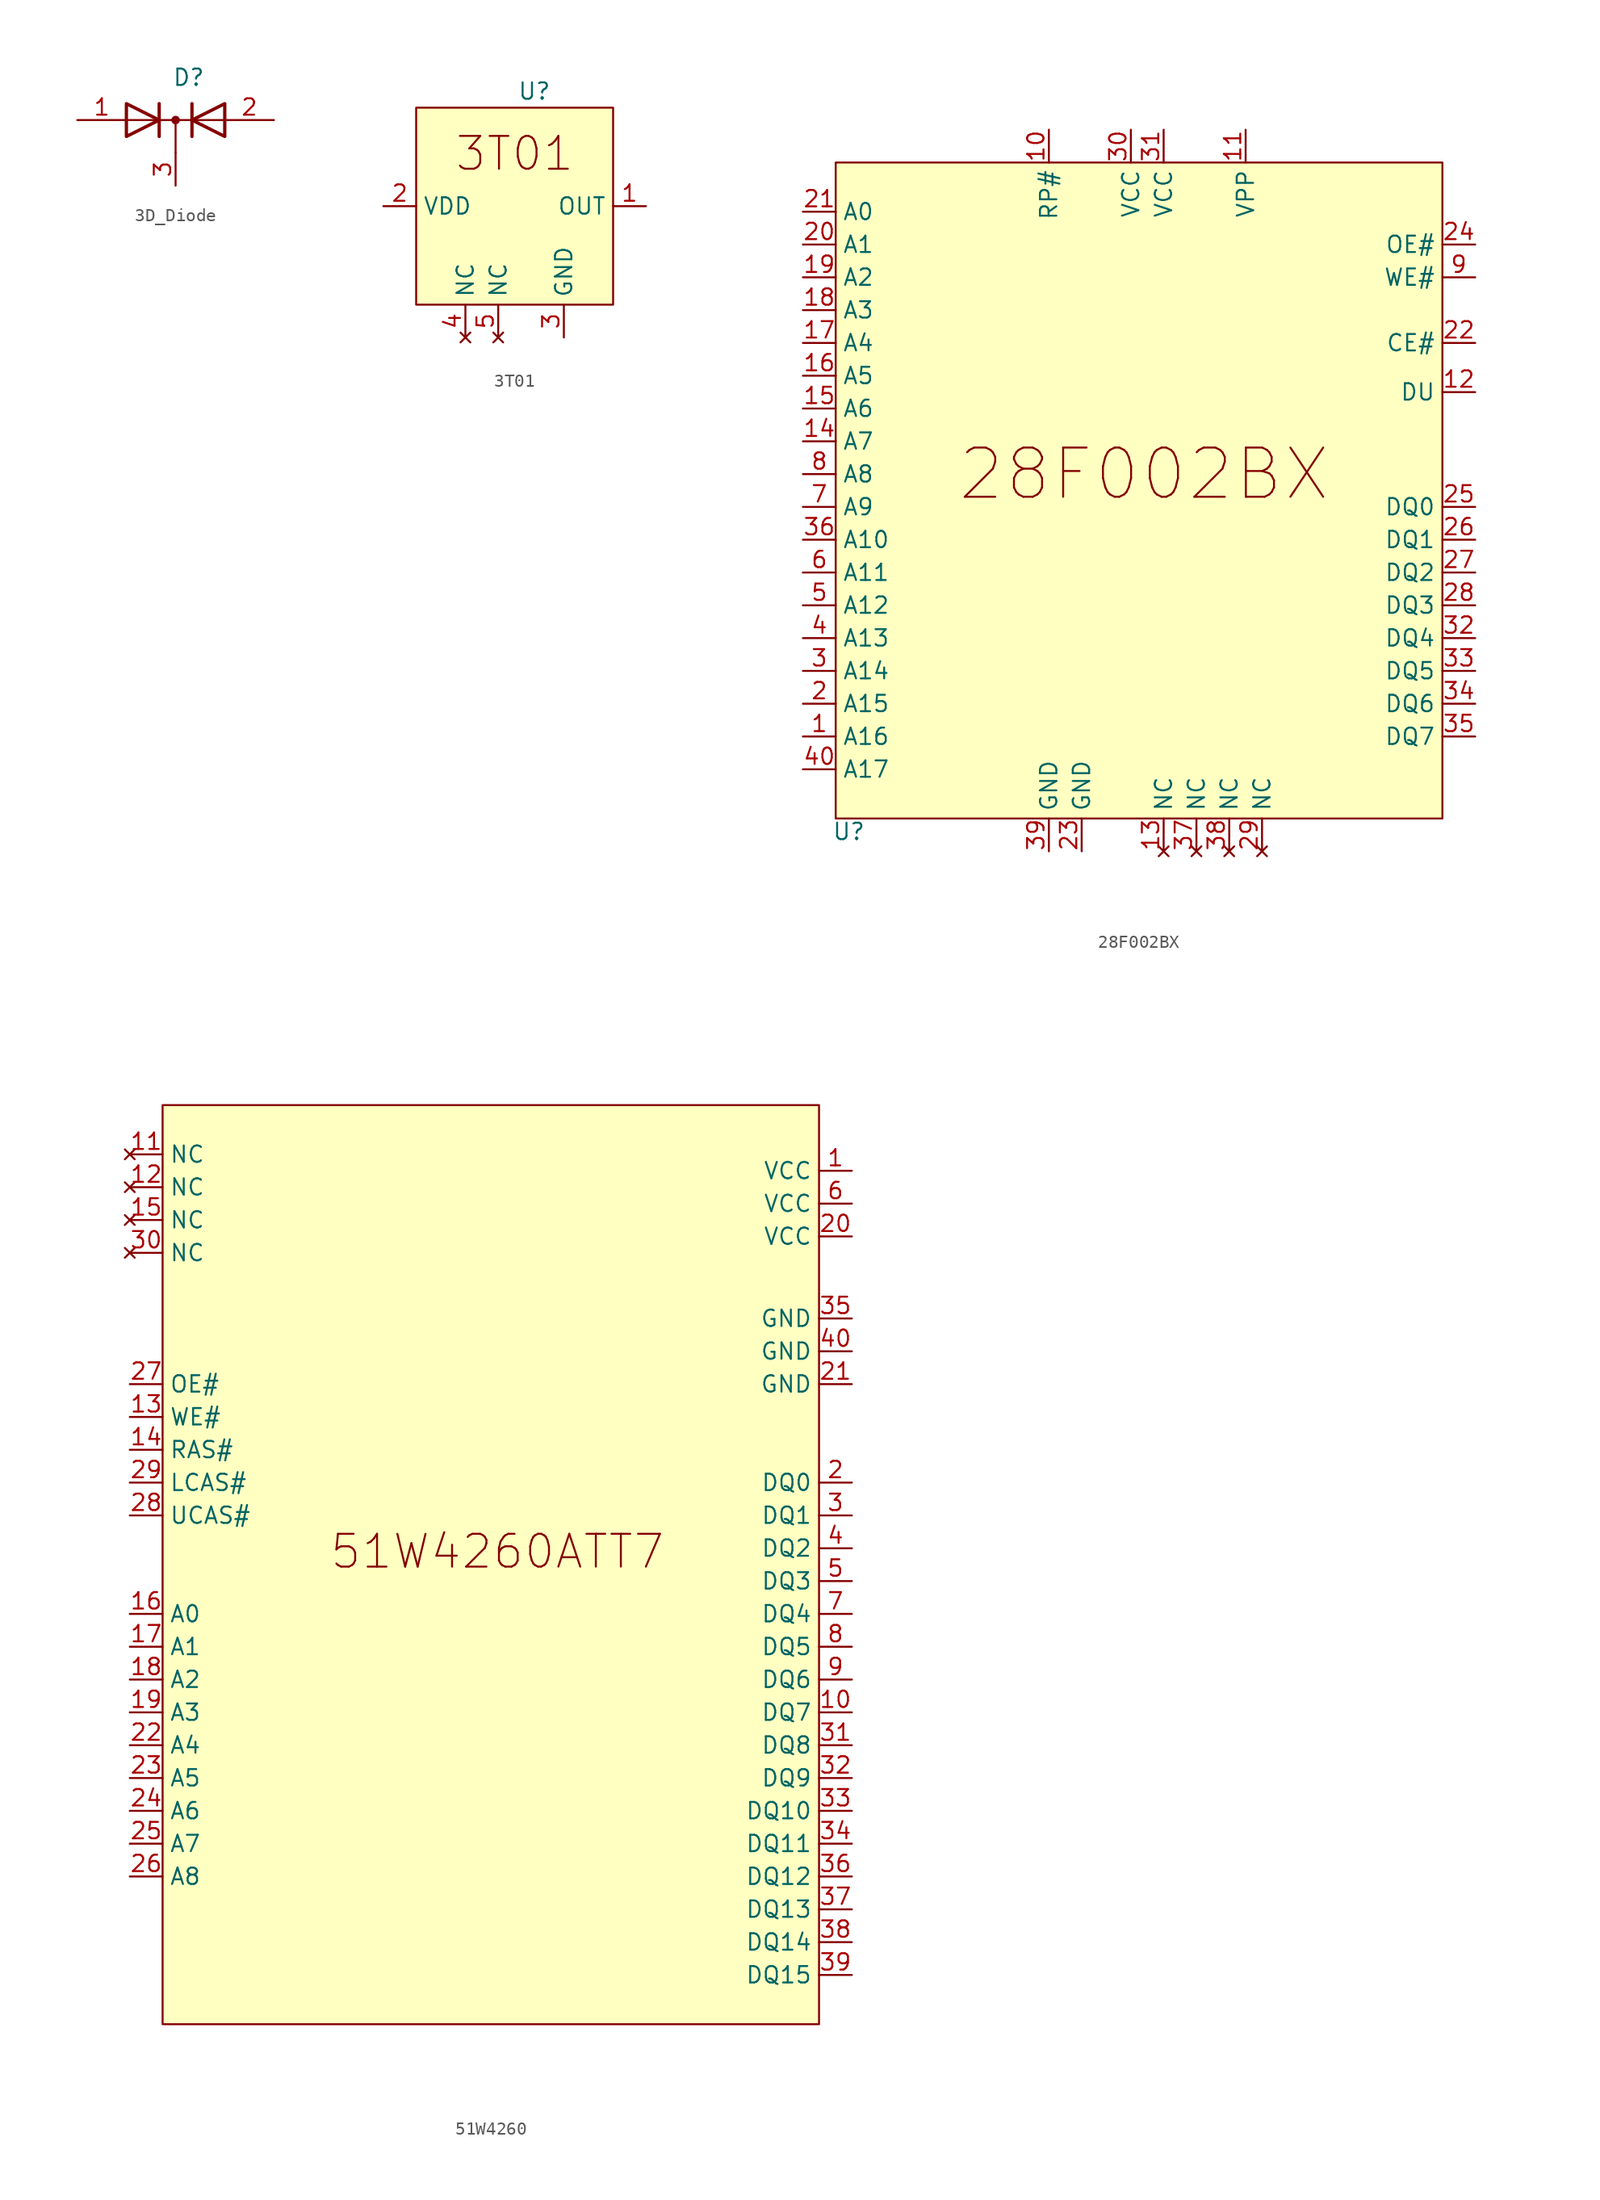
<source format=kicad_sym>
(kicad_symbol_lib
  (version 20241209)
  (generator "kicad_symbol_editor")
  (generator_version "9.0")
  (symbol "3D_Diode"
    (property "Reference" "D"
      (at 1.016 3.302 0)
      (effects (font (size 1.27 1.27))))
    (property "Value" ""
      (at 0 0 0)
      (effects (font (size 1.27 1.27))))
    (symbol "3D_Diode_0_1"
      (polyline (pts (xy -3.81 1.27) (xy -1.27 0) (xy -3.81 -1.27) (xy -3.81 1.27) (xy -3.81 1.27) (xy -3.81 1.27)) (stroke (width 0.254) (type default)) (fill (type none)))
      (polyline (pts (xy -1.27 -1.27) (xy -1.27 1.27) (xy -1.27 1.27)) (stroke (width 0.254) (type default)) (fill (type none)))
      (polyline (pts (xy 0 0) (xy 0 -2.54)) (stroke (width 0) (type default)) (fill (type none)))
      (circle (center 0 0) (radius 0.254) (stroke (width 0) (type default)) (fill (type outline)))
      (polyline (pts (xy 1.27 -1.27) (xy 1.27 1.27) (xy 1.27 1.27)) (stroke (width 0.254) (type default)) (fill (type none)))
      (polyline (pts (xy 3.81 0) (xy -3.81 0)) (stroke (width 0) (type default)) (fill (type none)))
      (polyline (pts (xy 3.81 -1.27) (xy 1.27 0) (xy 3.81 1.27) (xy 3.81 -1.27) (xy 3.81 -1.27) (xy 3.81 -1.27)) (stroke (width 0.254) (type default)) (fill (type none))))
    (symbol "3D_Diode_1_1"
      (pin passive line (at -7.62 0 0) (length 3.81) (name "" (effects (font (size 1.27 1.27)))) (number "1" (effects (font (size 1.27 1.27)))))
      (pin passive line (at 0 -5.08 90) (length 2.54) (name "" (effects (font (size 1.27 1.27)))) (number "3" (effects (font (size 1.27 1.27)))))
      (pin passive line (at 7.62 0 180) (length 3.81) (name "" (effects (font (size 1.27 1.27)))) (number "2" (effects (font (size 1.27 1.27)))))))
  (symbol "3T01"
    (property "Reference" "U"
      (at 1.524 8.89 0)
      (effects (font (size 1.27 1.27))))
    (property "Value" ""
      (at 0 0 0)
      (effects (font (size 1.27 1.27))))
    (symbol "3T01_1_1"
      (rectangle (start -7.62 7.62) (end 7.62 -7.62) (stroke (width 0) (type solid)) (fill (type color) (color 255 255 194 1)))
      (text "3T01" (at 0 4.064 0) (effects (font (size 2.54 2.54))))
      (pin power_in line (at -10.16 0 0) (length 2.54) (name "VDD" (effects (font (size 1.27 1.27)))) (number "2" (effects (font (size 1.27 1.27)))))
      (pin no_connect line (at -3.81 -10.16 90) (length 2.54) (name "NC" (effects (font (size 1.27 1.27)))) (number "4" (effects (font (size 1.27 1.27)))))
      (pin no_connect line (at -1.27 -10.16 90) (length 2.54) (name "NC" (effects (font (size 1.27 1.27)))) (number "5" (effects (font (size 1.27 1.27)))))
      (pin power_in line (at 3.81 -10.16 90) (length 2.54) (name "GND" (effects (font (size 1.27 1.27)))) (number "3" (effects (font (size 1.27 1.27)))))
      (pin output line (at 10.16 0 180) (length 2.54) (name "OUT" (effects (font (size 1.27 1.27)))) (number "1" (effects (font (size 1.27 1.27)))))))
  (symbol "28F002BX"
    (property "Reference" "U"
      (at -23.114 -27.686 0)
      (effects (font (size 1.27 1.27))))
    (property "Value" ""
      (at 0 0 0)
      (effects (font (size 1.27 1.27))))
    (symbol "28F002BX_1_1"
      (rectangle (start -24.13 24.13) (end 22.86 -26.67) (stroke (width 0) (type solid)) (fill (type color) (color 255 255 194 1)))
      (text "28F002BX" (at -0.254 0 0) (effects (font (size 3.81 3.81))))
      (pin input line (at -26.67 20.32 0) (length 2.54) (name "A0" (effects (font (size 1.27 1.27)))) (number "21" (effects (font (size 1.27 1.27)))))
      (pin input line (at -26.67 17.78 0) (length 2.54) (name "A1" (effects (font (size 1.27 1.27)))) (number "20" (effects (font (size 1.27 1.27)))))
      (pin input line (at -26.67 15.24 0) (length 2.54) (name "A2" (effects (font (size 1.27 1.27)))) (number "19" (effects (font (size 1.27 1.27)))))
      (pin input line (at -26.67 12.7 0) (length 2.54) (name "A3" (effects (font (size 1.27 1.27)))) (number "18" (effects (font (size 1.27 1.27)))))
      (pin input line (at -26.67 10.16 0) (length 2.54) (name "A4" (effects (font (size 1.27 1.27)))) (number "17" (effects (font (size 1.27 1.27)))))
      (pin input line (at -26.67 7.62 0) (length 2.54) (name "A5" (effects (font (size 1.27 1.27)))) (number "16" (effects (font (size 1.27 1.27)))))
      (pin input line (at -26.67 5.08 0) (length 2.54) (name "A6" (effects (font (size 1.27 1.27)))) (number "15" (effects (font (size 1.27 1.27)))))
      (pin input line (at -26.67 2.54 0) (length 2.54) (name "A7" (effects (font (size 1.27 1.27)))) (number "14" (effects (font (size 1.27 1.27)))))
      (pin input line (at -26.67 0 0) (length 2.54) (name "A8" (effects (font (size 1.27 1.27)))) (number "8" (effects (font (size 1.27 1.27)))))
      (pin input line (at -26.67 -2.54 0) (length 2.54) (name "A9" (effects (font (size 1.27 1.27)))) (number "7" (effects (font (size 1.27 1.27)))))
      (pin input line (at -26.67 -5.08 0) (length 2.54) (name "A10" (effects (font (size 1.27 1.27)))) (number "36" (effects (font (size 1.27 1.27)))))
      (pin input line (at -26.67 -7.62 0) (length 2.54) (name "A11" (effects (font (size 1.27 1.27)))) (number "6" (effects (font (size 1.27 1.27)))))
      (pin input line (at -26.67 -10.16 0) (length 2.54) (name "A12" (effects (font (size 1.27 1.27)))) (number "5" (effects (font (size 1.27 1.27)))))
      (pin input line (at -26.67 -12.7 0) (length 2.54) (name "A13" (effects (font (size 1.27 1.27)))) (number "4" (effects (font (size 1.27 1.27)))))
      (pin input line (at -26.67 -15.24 0) (length 2.54) (name "A14" (effects (font (size 1.27 1.27)))) (number "3" (effects (font (size 1.27 1.27)))))
      (pin input line (at -26.67 -17.78 0) (length 2.54) (name "A15" (effects (font (size 1.27 1.27)))) (number "2" (effects (font (size 1.27 1.27)))))
      (pin input line (at -26.67 -20.32 0) (length 2.54) (name "A16" (effects (font (size 1.27 1.27)))) (number "1" (effects (font (size 1.27 1.27)))))
      (pin input line (at -26.67 -22.86 0) (length 2.54) (name "A17" (effects (font (size 1.27 1.27)))) (number "40" (effects (font (size 1.27 1.27)))))
      (pin input line (at -7.62 26.67 270) (length 2.54) (name "RP#" (effects (font (size 1.27 1.27)))) (number "10" (effects (font (size 1.27 1.27)))))
      (pin power_in line (at -7.62 -29.21 90) (length 2.54) (name "GND" (effects (font (size 1.27 1.27)))) (number "39" (effects (font (size 1.27 1.27)))))
      (pin power_in line (at -5.08 -29.21 90) (length 2.54) (name "GND" (effects (font (size 1.27 1.27)))) (number "23" (effects (font (size 1.27 1.27)))))
      (pin power_in line (at -1.27 26.67 270) (length 2.54) (name "VCC" (effects (font (size 1.27 1.27)))) (number "30" (effects (font (size 1.27 1.27)))))
      (pin power_in line (at 1.27 26.67 270) (length 2.54) (name "VCC" (effects (font (size 1.27 1.27)))) (number "31" (effects (font (size 1.27 1.27)))))
      (pin no_connect line (at 1.27 -29.21 90) (length 2.54) (name "NC" (effects (font (size 1.27 1.27)))) (number "13" (effects (font (size 1.27 1.27)))))
      (pin no_connect line (at 3.81 -29.21 90) (length 2.54) (name "NC" (effects (font (size 1.27 1.27)))) (number "37" (effects (font (size 1.27 1.27)))))
      (pin no_connect line (at 6.35 -29.21 90) (length 2.54) (name "NC" (effects (font (size 1.27 1.27)))) (number "38" (effects (font (size 1.27 1.27)))))
      (pin power_in line (at 7.62 26.67 270) (length 2.54) (name "VPP" (effects (font (size 1.27 1.27)))) (number "11" (effects (font (size 1.27 1.27)))))
      (pin no_connect line (at 8.89 -29.21 90) (length 2.54) (name "NC" (effects (font (size 1.27 1.27)))) (number "29" (effects (font (size 1.27 1.27)))))
      (pin input line (at 25.4 17.78 180) (length 2.54) (name "OE#" (effects (font (size 1.27 1.27)))) (number "24" (effects (font (size 1.27 1.27)))))
      (pin input line (at 25.4 15.24 180) (length 2.54) (name "WE#" (effects (font (size 1.27 1.27)))) (number "9" (effects (font (size 1.27 1.27)))))
      (pin input line (at 25.4 10.16 180) (length 2.54) (name "CE#" (effects (font (size 1.27 1.27)))) (number "22" (effects (font (size 1.27 1.27)))))
      (pin input line (at 25.4 6.35 180) (length 2.54) (name "DU" (effects (font (size 1.27 1.27)))) (number "12" (effects (font (size 1.27 1.27)))))
      (pin bidirectional line (at 25.4 -2.54 180) (length 2.54) (name "DQ0" (effects (font (size 1.27 1.27)))) (number "25" (effects (font (size 1.27 1.27)))))
      (pin bidirectional line (at 25.4 -5.08 180) (length 2.54) (name "DQ1" (effects (font (size 1.27 1.27)))) (number "26" (effects (font (size 1.27 1.27)))))
      (pin bidirectional line (at 25.4 -7.62 180) (length 2.54) (name "DQ2" (effects (font (size 1.27 1.27)))) (number "27" (effects (font (size 1.27 1.27)))))
      (pin bidirectional line (at 25.4 -10.16 180) (length 2.54) (name "DQ3" (effects (font (size 1.27 1.27)))) (number "28" (effects (font (size 1.27 1.27)))))
      (pin bidirectional line (at 25.4 -12.7 180) (length 2.54) (name "DQ4" (effects (font (size 1.27 1.27)))) (number "32" (effects (font (size 1.27 1.27)))))
      (pin bidirectional line (at 25.4 -15.24 180) (length 2.54) (name "DQ5" (effects (font (size 1.27 1.27)))) (number "33" (effects (font (size 1.27 1.27)))))
      (pin bidirectional line (at 25.4 -17.78 180) (length 2.54) (name "DQ6" (effects (font (size 1.27 1.27)))) (number "34" (effects (font (size 1.27 1.27)))))
      (pin bidirectional line (at 25.4 -20.32 180) (length 2.54) (name "DQ7" (effects (font (size 1.27 1.27)))) (number "35" (effects (font (size 1.27 1.27)))))))
  (symbol "51W4260"
    (property "Reference" "U"
      (at 9.906 35.814 0)
      (effects (font (size 1.27 1.27)) (hide yes)))
    (property "Value" ""
      (at 0 0 0)
      (effects (font (size 1.27 1.27))))
    (symbol "51W4260_1_1"
      (rectangle (start -25.4 34.29) (end 25.4 -36.83) (stroke (width 0) (type solid)) (fill (type color) (color 255 255 194 1)))
      (text "51W4260ATT7" (at 0.508 -0.254 0) (effects (font (size 2.54 2.54))))
      (pin no_connect line (at -27.94 30.48 0) (length 2.54) (name "NC" (effects (font (size 1.27 1.27)))) (number "11" (effects (font (size 1.27 1.27)))))
      (pin no_connect line (at -27.94 27.94 0) (length 2.54) (name "NC" (effects (font (size 1.27 1.27)))) (number "12" (effects (font (size 1.27 1.27)))))
      (pin no_connect line (at -27.94 25.4 0) (length 2.54) (name "NC" (effects (font (size 1.27 1.27)))) (number "15" (effects (font (size 1.27 1.27)))))
      (pin no_connect line (at -27.94 22.86 0) (length 2.54) (name "NC" (effects (font (size 1.27 1.27)))) (number "30" (effects (font (size 1.27 1.27)))))
      (pin power_in line (at -27.94 12.7 0) (length 2.54) (name "OE#" (effects (font (size 1.27 1.27)))) (number "27" (effects (font (size 1.27 1.27)))))
      (pin input line (at -27.94 10.16 0) (length 2.54) (name "WE#" (effects (font (size 1.27 1.27)))) (number "13" (effects (font (size 1.27 1.27)))))
      (pin input line (at -27.94 7.62 0) (length 2.54) (name "RAS#" (effects (font (size 1.27 1.27)))) (number "14" (effects (font (size 1.27 1.27)))))
      (pin input line (at -27.94 5.08 0) (length 2.54) (name "LCAS#" (effects (font (size 1.27 1.27)))) (number "29" (effects (font (size 1.27 1.27)))))
      (pin input line (at -27.94 2.54 0) (length 2.54) (name "UCAS#" (effects (font (size 1.27 1.27)))) (number "28" (effects (font (size 1.27 1.27)))))
      (pin input line (at -27.94 -5.08 0) (length 2.54) (name "A0" (effects (font (size 1.27 1.27)))) (number "16" (effects (font (size 1.27 1.27)))))
      (pin input line (at -27.94 -7.62 0) (length 2.54) (name "A1" (effects (font (size 1.27 1.27)))) (number "17" (effects (font (size 1.27 1.27)))))
      (pin input line (at -27.94 -10.16 0) (length 2.54) (name "A2" (effects (font (size 1.27 1.27)))) (number "18" (effects (font (size 1.27 1.27)))))
      (pin input line (at -27.94 -12.7 0) (length 2.54) (name "A3" (effects (font (size 1.27 1.27)))) (number "19" (effects (font (size 1.27 1.27)))))
      (pin input line (at -27.94 -15.24 0) (length 2.54) (name "A4" (effects (font (size 1.27 1.27)))) (number "22" (effects (font (size 1.27 1.27)))))
      (pin input line (at -27.94 -17.78 0) (length 2.54) (name "A5" (effects (font (size 1.27 1.27)))) (number "23" (effects (font (size 1.27 1.27)))))
      (pin input line (at -27.94 -20.32 0) (length 2.54) (name "A6" (effects (font (size 1.27 1.27)))) (number "24" (effects (font (size 1.27 1.27)))))
      (pin input line (at -27.94 -22.86 0) (length 2.54) (name "A7" (effects (font (size 1.27 1.27)))) (number "25" (effects (font (size 1.27 1.27)))))
      (pin input line (at -27.94 -25.4 0) (length 2.54) (name "A8" (effects (font (size 1.27 1.27)))) (number "26" (effects (font (size 1.27 1.27)))))
      (pin power_in line (at 27.94 29.21 180) (length 2.54) (name "VCC" (effects (font (size 1.27 1.27)))) (number "1" (effects (font (size 1.27 1.27)))))
      (pin power_in line (at 27.94 26.67 180) (length 2.54) (name "VCC" (effects (font (size 1.27 1.27)))) (number "6" (effects (font (size 1.27 1.27)))))
      (pin power_in line (at 27.94 24.13 180) (length 2.54) (name "VCC" (effects (font (size 1.27 1.27)))) (number "20" (effects (font (size 1.27 1.27)))))
      (pin power_in line (at 27.94 17.78 180) (length 2.54) (name "GND" (effects (font (size 1.27 1.27)))) (number "35" (effects (font (size 1.27 1.27)))))
      (pin power_in line (at 27.94 15.24 180) (length 2.54) (name "GND" (effects (font (size 1.27 1.27)))) (number "40" (effects (font (size 1.27 1.27)))))
      (pin power_in line (at 27.94 12.7 180) (length 2.54) (name "GND" (effects (font (size 1.27 1.27)))) (number "21" (effects (font (size 1.27 1.27)))))
      (pin bidirectional line (at 27.94 5.08 180) (length 2.54) (name "DQ0" (effects (font (size 1.27 1.27)))) (number "2" (effects (font (size 1.27 1.27)))))
      (pin bidirectional line (at 27.94 2.54 180) (length 2.54) (name "DQ1" (effects (font (size 1.27 1.27)))) (number "3" (effects (font (size 1.27 1.27)))))
      (pin bidirectional line (at 27.94 0 180) (length 2.54) (name "DQ2" (effects (font (size 1.27 1.27)))) (number "4" (effects (font (size 1.27 1.27)))))
      (pin bidirectional line (at 27.94 -2.54 180) (length 2.54) (name "DQ3" (effects (font (size 1.27 1.27)))) (number "5" (effects (font (size 1.27 1.27)))))
      (pin bidirectional line (at 27.94 -5.08 180) (length 2.54) (name "DQ4" (effects (font (size 1.27 1.27)))) (number "7" (effects (font (size 1.27 1.27)))))
      (pin bidirectional line (at 27.94 -7.62 180) (length 2.54) (name "DQ5" (effects (font (size 1.27 1.27)))) (number "8" (effects (font (size 1.27 1.27)))))
      (pin bidirectional line (at 27.94 -10.16 180) (length 2.54) (name "DQ6" (effects (font (size 1.27 1.27)))) (number "9" (effects (font (size 1.27 1.27)))))
      (pin bidirectional line (at 27.94 -12.7 180) (length 2.54) (name "DQ7" (effects (font (size 1.27 1.27)))) (number "10" (effects (font (size 1.27 1.27)))))
      (pin bidirectional line (at 27.94 -15.24 180) (length 2.54) (name "DQ8" (effects (font (size 1.27 1.27)))) (number "31" (effects (font (size 1.27 1.27)))))
      (pin bidirectional line (at 27.94 -17.78 180) (length 2.54) (name "DQ9" (effects (font (size 1.27 1.27)))) (number "32" (effects (font (size 1.27 1.27)))))
      (pin bidirectional line (at 27.94 -20.32 180) (length 2.54) (name "DQ10" (effects (font (size 1.27 1.27)))) (number "33" (effects (font (size 1.27 1.27)))))
      (pin bidirectional line (at 27.94 -22.86 180) (length 2.54) (name "DQ11" (effects (font (size 1.27 1.27)))) (number "34" (effects (font (size 1.27 1.27)))))
      (pin bidirectional line (at 27.94 -25.4 180) (length 2.54) (name "DQ12" (effects (font (size 1.27 1.27)))) (number "36" (effects (font (size 1.27 1.27)))))
      (pin bidirectional line (at 27.94 -27.94 180) (length 2.54) (name "DQ13" (effects (font (size 1.27 1.27)))) (number "37" (effects (font (size 1.27 1.27)))))
      (pin bidirectional line (at 27.94 -30.48 180) (length 2.54) (name "DQ14" (effects (font (size 1.27 1.27)))) (number "38" (effects (font (size 1.27 1.27)))))
      (pin bidirectional line (at 27.94 -33.02 180) (length 2.54) (name "DQ15" (effects (font (size 1.27 1.27)))) (number "39" (effects (font (size 1.27 1.27))))))))
</source>
